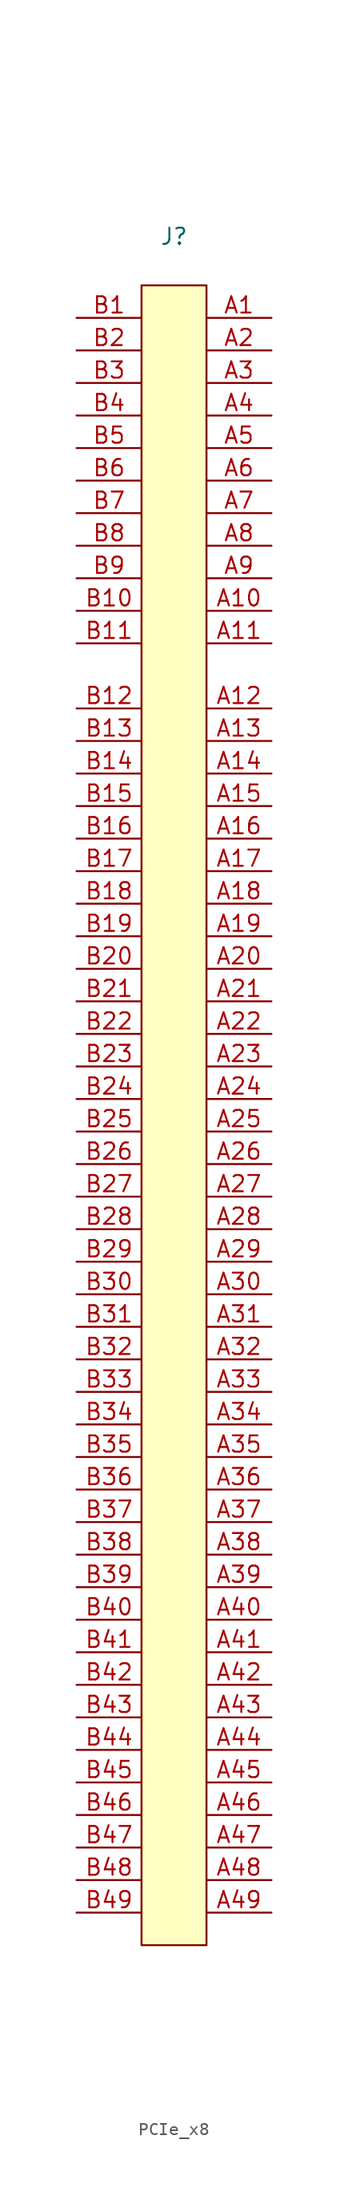
<source format=kicad_sym>
(kicad_symbol_lib
  (version 20231120)
  (generator "kicad_symbol_editor")
  (generator_version "8.0")
  (symbol "PCIe_x8"
    (property "Reference" "J"
      (at 0 3.81 0)
      (effects (font (size 1.27 1.27))))
    (property "Value" ""
      (at 0 0 0)
      (effects (font (size 1.27 1.27))))
    (symbol "PCIe_x8_1_1"
      (rectangle (start -2.54 0) (end 2.54 -129.54) (stroke (width 0) (type default)) (fill (type background)))
      (pin passive line (at 7.62 -2.54 180) (length 5.08) (name "" (effects (font (size 1.27 1.27)))) (number "A1" (effects (font (size 1.27 1.27)))))
      (pin passive line (at 7.62 -25.4 180) (length 5.08) (name "" (effects (font (size 1.27 1.27)))) (number "A10" (effects (font (size 1.27 1.27)))))
      (pin passive line (at 7.62 -27.94 180) (length 5.08) (name "" (effects (font (size 1.27 1.27)))) (number "A11" (effects (font (size 1.27 1.27)))))
      (pin passive line (at 7.62 -33.02 180) (length 5.08) (name "" (effects (font (size 1.27 1.27)))) (number "A12" (effects (font (size 1.27 1.27)))))
      (pin passive line (at 7.62 -35.56 180) (length 5.08) (name "" (effects (font (size 1.27 1.27)))) (number "A13" (effects (font (size 1.27 1.27)))))
      (pin passive line (at 7.62 -38.1 180) (length 5.08) (name "" (effects (font (size 1.27 1.27)))) (number "A14" (effects (font (size 1.27 1.27)))))
      (pin passive line (at 7.62 -40.64 180) (length 5.08) (name "" (effects (font (size 1.27 1.27)))) (number "A15" (effects (font (size 1.27 1.27)))))
      (pin passive line (at 7.62 -43.18 180) (length 5.08) (name "" (effects (font (size 1.27 1.27)))) (number "A16" (effects (font (size 1.27 1.27)))))
      (pin passive line (at 7.62 -45.72 180) (length 5.08) (name "" (effects (font (size 1.27 1.27)))) (number "A17" (effects (font (size 1.27 1.27)))))
      (pin passive line (at 7.62 -48.26 180) (length 5.08) (name "" (effects (font (size 1.27 1.27)))) (number "A18" (effects (font (size 1.27 1.27)))))
      (pin passive line (at 7.62 -50.8 180) (length 5.08) (name "" (effects (font (size 1.27 1.27)))) (number "A19" (effects (font (size 1.27 1.27)))))
      (pin passive line (at 7.62 -5.08 180) (length 5.08) (name "" (effects (font (size 1.27 1.27)))) (number "A2" (effects (font (size 1.27 1.27)))))
      (pin passive line (at 7.62 -53.34 180) (length 5.08) (name "" (effects (font (size 1.27 1.27)))) (number "A20" (effects (font (size 1.27 1.27)))))
      (pin passive line (at 7.62 -55.88 180) (length 5.08) (name "" (effects (font (size 1.27 1.27)))) (number "A21" (effects (font (size 1.27 1.27)))))
      (pin passive line (at 7.62 -58.42 180) (length 5.08) (name "" (effects (font (size 1.27 1.27)))) (number "A22" (effects (font (size 1.27 1.27)))))
      (pin passive line (at 7.62 -60.96 180) (length 5.08) (name "" (effects (font (size 1.27 1.27)))) (number "A23" (effects (font (size 1.27 1.27)))))
      (pin passive line (at 7.62 -63.5 180) (length 5.08) (name "" (effects (font (size 1.27 1.27)))) (number "A24" (effects (font (size 1.27 1.27)))))
      (pin passive line (at 7.62 -66.04 180) (length 5.08) (name "" (effects (font (size 1.27 1.27)))) (number "A25" (effects (font (size 1.27 1.27)))))
      (pin passive line (at 7.62 -68.58 180) (length 5.08) (name "" (effects (font (size 1.27 1.27)))) (number "A26" (effects (font (size 1.27 1.27)))))
      (pin passive line (at 7.62 -71.12 180) (length 5.08) (name "" (effects (font (size 1.27 1.27)))) (number "A27" (effects (font (size 1.27 1.27)))))
      (pin passive line (at 7.62 -73.66 180) (length 5.08) (name "" (effects (font (size 1.27 1.27)))) (number "A28" (effects (font (size 1.27 1.27)))))
      (pin passive line (at 7.62 -76.2 180) (length 5.08) (name "" (effects (font (size 1.27 1.27)))) (number "A29" (effects (font (size 1.27 1.27)))))
      (pin passive line (at 7.62 -7.62 180) (length 5.08) (name "" (effects (font (size 1.27 1.27)))) (number "A3" (effects (font (size 1.27 1.27)))))
      (pin passive line (at 7.62 -78.74 180) (length 5.08) (name "" (effects (font (size 1.27 1.27)))) (number "A30" (effects (font (size 1.27 1.27)))))
      (pin passive line (at 7.62 -81.28 180) (length 5.08) (name "" (effects (font (size 1.27 1.27)))) (number "A31" (effects (font (size 1.27 1.27)))))
      (pin passive line (at 7.62 -83.82 180) (length 5.08) (name "" (effects (font (size 1.27 1.27)))) (number "A32" (effects (font (size 1.27 1.27)))))
      (pin passive line (at 7.62 -86.36 180) (length 5.08) (name "" (effects (font (size 1.27 1.27)))) (number "A33" (effects (font (size 1.27 1.27)))))
      (pin passive line (at 7.62 -88.9 180) (length 5.08) (name "" (effects (font (size 1.27 1.27)))) (number "A34" (effects (font (size 1.27 1.27)))))
      (pin passive line (at 7.62 -91.44 180) (length 5.08) (name "" (effects (font (size 1.27 1.27)))) (number "A35" (effects (font (size 1.27 1.27)))))
      (pin passive line (at 7.62 -93.98 180) (length 5.08) (name "" (effects (font (size 1.27 1.27)))) (number "A36" (effects (font (size 1.27 1.27)))))
      (pin passive line (at 7.62 -96.52 180) (length 5.08) (name "" (effects (font (size 1.27 1.27)))) (number "A37" (effects (font (size 1.27 1.27)))))
      (pin passive line (at 7.62 -99.06 180) (length 5.08) (name "" (effects (font (size 1.27 1.27)))) (number "A38" (effects (font (size 1.27 1.27)))))
      (pin passive line (at 7.62 -101.6 180) (length 5.08) (name "" (effects (font (size 1.27 1.27)))) (number "A39" (effects (font (size 1.27 1.27)))))
      (pin passive line (at 7.62 -10.16 180) (length 5.08) (name "" (effects (font (size 1.27 1.27)))) (number "A4" (effects (font (size 1.27 1.27)))))
      (pin passive line (at 7.62 -104.14 180) (length 5.08) (name "" (effects (font (size 1.27 1.27)))) (number "A40" (effects (font (size 1.27 1.27)))))
      (pin passive line (at 7.62 -106.68 180) (length 5.08) (name "" (effects (font (size 1.27 1.27)))) (number "A41" (effects (font (size 1.27 1.27)))))
      (pin passive line (at 7.62 -109.22 180) (length 5.08) (name "" (effects (font (size 1.27 1.27)))) (number "A42" (effects (font (size 1.27 1.27)))))
      (pin passive line (at 7.62 -111.76 180) (length 5.08) (name "" (effects (font (size 1.27 1.27)))) (number "A43" (effects (font (size 1.27 1.27)))))
      (pin passive line (at 7.62 -114.3 180) (length 5.08) (name "" (effects (font (size 1.27 1.27)))) (number "A44" (effects (font (size 1.27 1.27)))))
      (pin passive line (at 7.62 -116.84 180) (length 5.08) (name "" (effects (font (size 1.27 1.27)))) (number "A45" (effects (font (size 1.27 1.27)))))
      (pin passive line (at 7.62 -119.38 180) (length 5.08) (name "" (effects (font (size 1.27 1.27)))) (number "A46" (effects (font (size 1.27 1.27)))))
      (pin passive line (at 7.62 -121.92 180) (length 5.08) (name "" (effects (font (size 1.27 1.27)))) (number "A47" (effects (font (size 1.27 1.27)))))
      (pin passive line (at 7.62 -124.46 180) (length 5.08) (name "" (effects (font (size 1.27 1.27)))) (number "A48" (effects (font (size 1.27 1.27)))))
      (pin passive line (at 7.62 -127 180) (length 5.08) (name "" (effects (font (size 1.27 1.27)))) (number "A49" (effects (font (size 1.27 1.27)))))
      (pin passive line (at 7.62 -12.7 180) (length 5.08) (name "" (effects (font (size 1.27 1.27)))) (number "A5" (effects (font (size 1.27 1.27)))))
      (pin passive line (at 7.62 -15.24 180) (length 5.08) (name "" (effects (font (size 1.27 1.27)))) (number "A6" (effects (font (size 1.27 1.27)))))
      (pin passive line (at 7.62 -17.78 180) (length 5.08) (name "" (effects (font (size 1.27 1.27)))) (number "A7" (effects (font (size 1.27 1.27)))))
      (pin passive line (at 7.62 -20.32 180) (length 5.08) (name "" (effects (font (size 1.27 1.27)))) (number "A8" (effects (font (size 1.27 1.27)))))
      (pin passive line (at 7.62 -22.86 180) (length 5.08) (name "" (effects (font (size 1.27 1.27)))) (number "A9" (effects (font (size 1.27 1.27)))))
      (pin passive line (at -7.62 -2.54 0) (length 5.08) (name "" (effects (font (size 1.27 1.27)))) (number "B1" (effects (font (size 1.27 1.27)))))
      (pin passive line (at -7.62 -25.4 0) (length 5.08) (name "" (effects (font (size 1.27 1.27)))) (number "B10" (effects (font (size 1.27 1.27)))))
      (pin passive line (at -7.62 -27.94 0) (length 5.08) (name "" (effects (font (size 1.27 1.27)))) (number "B11" (effects (font (size 1.27 1.27)))))
      (pin passive line (at -7.62 -33.02 0) (length 5.08) (name "" (effects (font (size 1.27 1.27)))) (number "B12" (effects (font (size 1.27 1.27)))))
      (pin passive line (at -7.62 -35.56 0) (length 5.08) (name "" (effects (font (size 1.27 1.27)))) (number "B13" (effects (font (size 1.27 1.27)))))
      (pin passive line (at -7.62 -38.1 0) (length 5.08) (name "" (effects (font (size 1.27 1.27)))) (number "B14" (effects (font (size 1.27 1.27)))))
      (pin passive line (at -7.62 -40.64 0) (length 5.08) (name "" (effects (font (size 1.27 1.27)))) (number "B15" (effects (font (size 1.27 1.27)))))
      (pin passive line (at -7.62 -43.18 0) (length 5.08) (name "" (effects (font (size 1.27 1.27)))) (number "B16" (effects (font (size 1.27 1.27)))))
      (pin passive line (at -7.62 -45.72 0) (length 5.08) (name "" (effects (font (size 1.27 1.27)))) (number "B17" (effects (font (size 1.27 1.27)))))
      (pin passive line (at -7.62 -48.26 0) (length 5.08) (name "" (effects (font (size 1.27 1.27)))) (number "B18" (effects (font (size 1.27 1.27)))))
      (pin passive line (at -7.62 -50.8 0) (length 5.08) (name "" (effects (font (size 1.27 1.27)))) (number "B19" (effects (font (size 1.27 1.27)))))
      (pin passive line (at -7.62 -5.08 0) (length 5.08) (name "" (effects (font (size 1.27 1.27)))) (number "B2" (effects (font (size 1.27 1.27)))))
      (pin passive line (at -7.62 -53.34 0) (length 5.08) (name "" (effects (font (size 1.27 1.27)))) (number "B20" (effects (font (size 1.27 1.27)))))
      (pin passive line (at -7.62 -55.88 0) (length 5.08) (name "" (effects (font (size 1.27 1.27)))) (number "B21" (effects (font (size 1.27 1.27)))))
      (pin passive line (at -7.62 -58.42 0) (length 5.08) (name "" (effects (font (size 1.27 1.27)))) (number "B22" (effects (font (size 1.27 1.27)))))
      (pin passive line (at -7.62 -60.96 0) (length 5.08) (name "" (effects (font (size 1.27 1.27)))) (number "B23" (effects (font (size 1.27 1.27)))))
      (pin passive line (at -7.62 -63.5 0) (length 5.08) (name "" (effects (font (size 1.27 1.27)))) (number "B24" (effects (font (size 1.27 1.27)))))
      (pin passive line (at -7.62 -66.04 0) (length 5.08) (name "" (effects (font (size 1.27 1.27)))) (number "B25" (effects (font (size 1.27 1.27)))))
      (pin passive line (at -7.62 -68.58 0) (length 5.08) (name "" (effects (font (size 1.27 1.27)))) (number "B26" (effects (font (size 1.27 1.27)))))
      (pin passive line (at -7.62 -71.12 0) (length 5.08) (name "" (effects (font (size 1.27 1.27)))) (number "B27" (effects (font (size 1.27 1.27)))))
      (pin passive line (at -7.62 -73.66 0) (length 5.08) (name "" (effects (font (size 1.27 1.27)))) (number "B28" (effects (font (size 1.27 1.27)))))
      (pin passive line (at -7.62 -76.2 0) (length 5.08) (name "" (effects (font (size 1.27 1.27)))) (number "B29" (effects (font (size 1.27 1.27)))))
      (pin passive line (at -7.62 -7.62 0) (length 5.08) (name "" (effects (font (size 1.27 1.27)))) (number "B3" (effects (font (size 1.27 1.27)))))
      (pin passive line (at -7.62 -78.74 0) (length 5.08) (name "" (effects (font (size 1.27 1.27)))) (number "B30" (effects (font (size 1.27 1.27)))))
      (pin passive line (at -7.62 -81.28 0) (length 5.08) (name "" (effects (font (size 1.27 1.27)))) (number "B31" (effects (font (size 1.27 1.27)))))
      (pin passive line (at -7.62 -83.82 0) (length 5.08) (name "" (effects (font (size 1.27 1.27)))) (number "B32" (effects (font (size 1.27 1.27)))))
      (pin passive line (at -7.62 -86.36 0) (length 5.08) (name "" (effects (font (size 1.27 1.27)))) (number "B33" (effects (font (size 1.27 1.27)))))
      (pin passive line (at -7.62 -88.9 0) (length 5.08) (name "" (effects (font (size 1.27 1.27)))) (number "B34" (effects (font (size 1.27 1.27)))))
      (pin passive line (at -7.62 -91.44 0) (length 5.08) (name "" (effects (font (size 1.27 1.27)))) (number "B35" (effects (font (size 1.27 1.27)))))
      (pin passive line (at -7.62 -93.98 0) (length 5.08) (name "" (effects (font (size 1.27 1.27)))) (number "B36" (effects (font (size 1.27 1.27)))))
      (pin passive line (at -7.62 -96.52 0) (length 5.08) (name "" (effects (font (size 1.27 1.27)))) (number "B37" (effects (font (size 1.27 1.27)))))
      (pin passive line (at -7.62 -99.06 0) (length 5.08) (name "" (effects (font (size 1.27 1.27)))) (number "B38" (effects (font (size 1.27 1.27)))))
      (pin passive line (at -7.62 -101.6 0) (length 5.08) (name "" (effects (font (size 1.27 1.27)))) (number "B39" (effects (font (size 1.27 1.27)))))
      (pin passive line (at -7.62 -10.16 0) (length 5.08) (name "" (effects (font (size 1.27 1.27)))) (number "B4" (effects (font (size 1.27 1.27)))))
      (pin passive line (at -7.62 -104.14 0) (length 5.08) (name "" (effects (font (size 1.27 1.27)))) (number "B40" (effects (font (size 1.27 1.27)))))
      (pin passive line (at -7.62 -106.68 0) (length 5.08) (name "" (effects (font (size 1.27 1.27)))) (number "B41" (effects (font (size 1.27 1.27)))))
      (pin passive line (at -7.62 -109.22 0) (length 5.08) (name "" (effects (font (size 1.27 1.27)))) (number "B42" (effects (font (size 1.27 1.27)))))
      (pin passive line (at -7.62 -111.76 0) (length 5.08) (name "" (effects (font (size 1.27 1.27)))) (number "B43" (effects (font (size 1.27 1.27)))))
      (pin passive line (at -7.62 -114.3 0) (length 5.08) (name "" (effects (font (size 1.27 1.27)))) (number "B44" (effects (font (size 1.27 1.27)))))
      (pin passive line (at -7.62 -116.84 0) (length 5.08) (name "" (effects (font (size 1.27 1.27)))) (number "B45" (effects (font (size 1.27 1.27)))))
      (pin passive line (at -7.62 -119.38 0) (length 5.08) (name "" (effects (font (size 1.27 1.27)))) (number "B46" (effects (font (size 1.27 1.27)))))
      (pin passive line (at -7.62 -121.92 0) (length 5.08) (name "" (effects (font (size 1.27 1.27)))) (number "B47" (effects (font (size 1.27 1.27)))))
      (pin passive line (at -7.62 -124.46 0) (length 5.08) (name "" (effects (font (size 1.27 1.27)))) (number "B48" (effects (font (size 1.27 1.27)))))
      (pin passive line (at -7.62 -127 0) (length 5.08) (name "" (effects (font (size 1.27 1.27)))) (number "B49" (effects (font (size 1.27 1.27)))))
      (pin passive line (at -7.62 -12.7 0) (length 5.08) (name "" (effects (font (size 1.27 1.27)))) (number "B5" (effects (font (size 1.27 1.27)))))
      (pin passive line (at -7.62 -15.24 0) (length 5.08) (name "" (effects (font (size 1.27 1.27)))) (number "B6" (effects (font (size 1.27 1.27)))))
      (pin passive line (at -7.62 -17.78 0) (length 5.08) (name "" (effects (font (size 1.27 1.27)))) (number "B7" (effects (font (size 1.27 1.27)))))
      (pin passive line (at -7.62 -20.32 0) (length 5.08) (name "" (effects (font (size 1.27 1.27)))) (number "B8" (effects (font (size 1.27 1.27)))))
      (pin passive line (at -7.62 -22.86 0) (length 5.08) (name "" (effects (font (size 1.27 1.27)))) (number "B9" (effects (font (size 1.27 1.27))))))))
</source>
